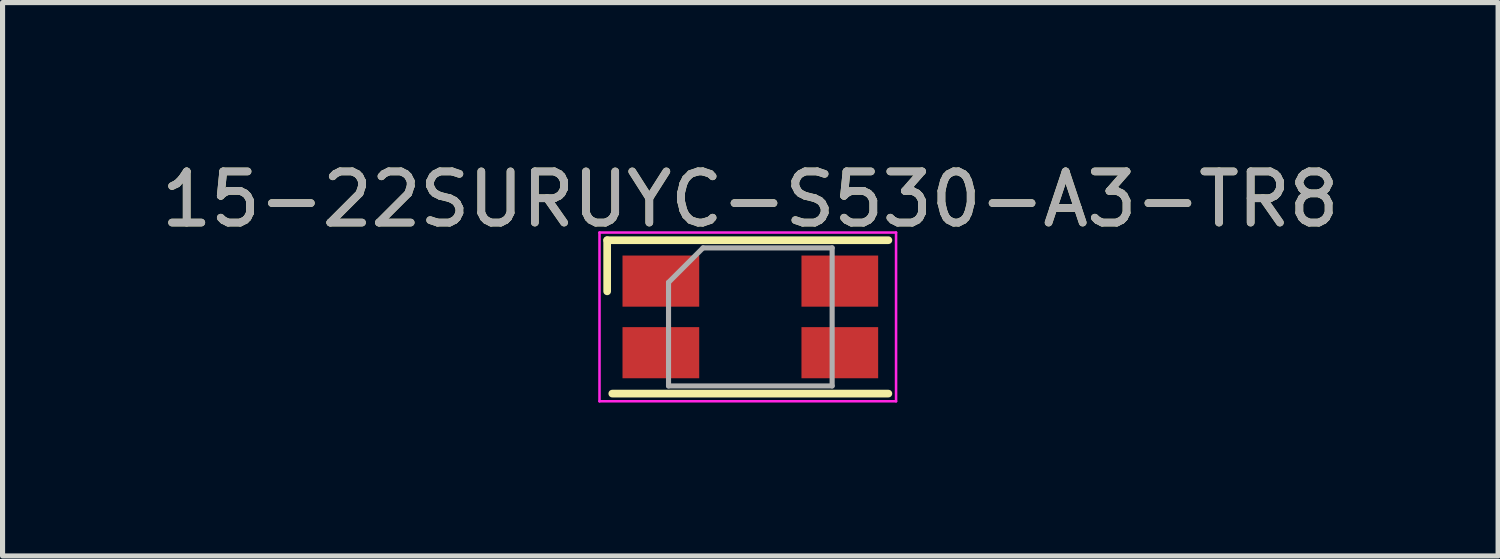
<source format=kicad_pcb>
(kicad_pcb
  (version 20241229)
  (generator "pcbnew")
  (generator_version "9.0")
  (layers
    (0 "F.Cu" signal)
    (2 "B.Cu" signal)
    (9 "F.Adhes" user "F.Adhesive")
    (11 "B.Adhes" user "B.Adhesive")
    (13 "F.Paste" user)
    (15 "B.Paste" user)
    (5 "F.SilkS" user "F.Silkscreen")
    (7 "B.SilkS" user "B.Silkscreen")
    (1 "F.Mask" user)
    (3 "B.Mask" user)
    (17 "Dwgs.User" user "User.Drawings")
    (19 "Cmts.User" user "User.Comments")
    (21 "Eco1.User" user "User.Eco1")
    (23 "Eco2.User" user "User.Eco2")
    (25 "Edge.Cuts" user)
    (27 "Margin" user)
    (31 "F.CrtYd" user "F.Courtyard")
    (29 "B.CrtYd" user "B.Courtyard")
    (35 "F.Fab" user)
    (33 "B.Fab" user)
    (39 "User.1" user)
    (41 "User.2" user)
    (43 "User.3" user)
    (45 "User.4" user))
  (footprint "15-22SURUYC-S530-A3-TR8"
    (layer "F.Cu")
    (at 11.625 3.148)
    (property "Reference" "15-22SURUYC-S530-A3-TR8" (at 0 -2.3 0) (layer "F.SilkS") (effects (font (size 1 1) (thickness 0.15))))
    (attr smd)
    (fp_line (start -2.8 -0.5) (end -2.8 -1.5) (stroke (width 0.15) (type solid)) (layer "F.SilkS"))
    (fp_line (start 2.7 -1.5) (end -2.8 -1.5) (stroke (width 0.15) (type solid)) (layer "F.SilkS"))
    (fp_line (start 2.7 1.5) (end -2.7 1.5) (stroke (width 0.15) (type solid)) (layer "F.SilkS"))
    (fp_line (start -2.95 -1.65) (end -2.95 1.65) (stroke (width 0.05) (type solid)) (layer "F.CrtYd"))
    (fp_line (start -2.95 1.65) (end 2.85 1.65) (stroke (width 0.05) (type solid)) (layer "F.CrtYd"))
    (fp_line (start 2.85 -1.65) (end -2.95 -1.65) (stroke (width 0.05) (type solid)) (layer "F.CrtYd"))
    (fp_line (start 2.85 1.65) (end 2.85 -1.65) (stroke (width 0.05) (type solid)) (layer "F.CrtYd"))
    (fp_line (start -1.6 -0.675) (end -0.925 -1.35) (stroke (width 0.1) (type solid)) (layer "F.Fab"))
    (fp_line (start -1.6 1.35) (end -1.6 -0.675) (stroke (width 0.1) (type solid)) (layer "F.Fab"))
    (fp_line (start -0.925 -1.35) (end 1.6 -1.35) (stroke (width 0.1) (type solid)) (layer "F.Fab"))
    (fp_line (start 1.6 -1.35) (end 1.6 1.35) (stroke (width 0.1) (type solid)) (layer "F.Fab"))
    (fp_line (start 1.6 1.35) (end -1.6 1.35) (stroke (width 0.1) (type solid)) (layer "F.Fab"))
    (fp_text user "${REFERENCE}" (at 0 -2.3 0) (layer "F.Fab") (effects (font (size 1 1) (thickness 0.15))))
    (pad "1" smd rect (at -1.75 0.7 180) (size 1.5 1) (layers "F.Cu" "F.Mask" "F.Paste"))
    (pad "2" smd rect (at -1.75 -0.7 180) (size 1.5 1) (layers "F.Cu" "F.Mask" "F.Paste"))
    (pad "3" smd rect (at 1.75 -0.7 180) (size 1.5 1) (layers "F.Cu" "F.Mask" "F.Paste"))
    (pad "4" smd rect (at 1.75 0.7 180) (size 1.5 1) (layers "F.Cu" "F.Mask" "F.Paste")))
  (gr_rect
    (start -3 -3)
    (end 26.25 7.823)
    (stroke (width 0.1) (type default))
    (fill no)
    (layer "Edge.Cuts")))
</source>
